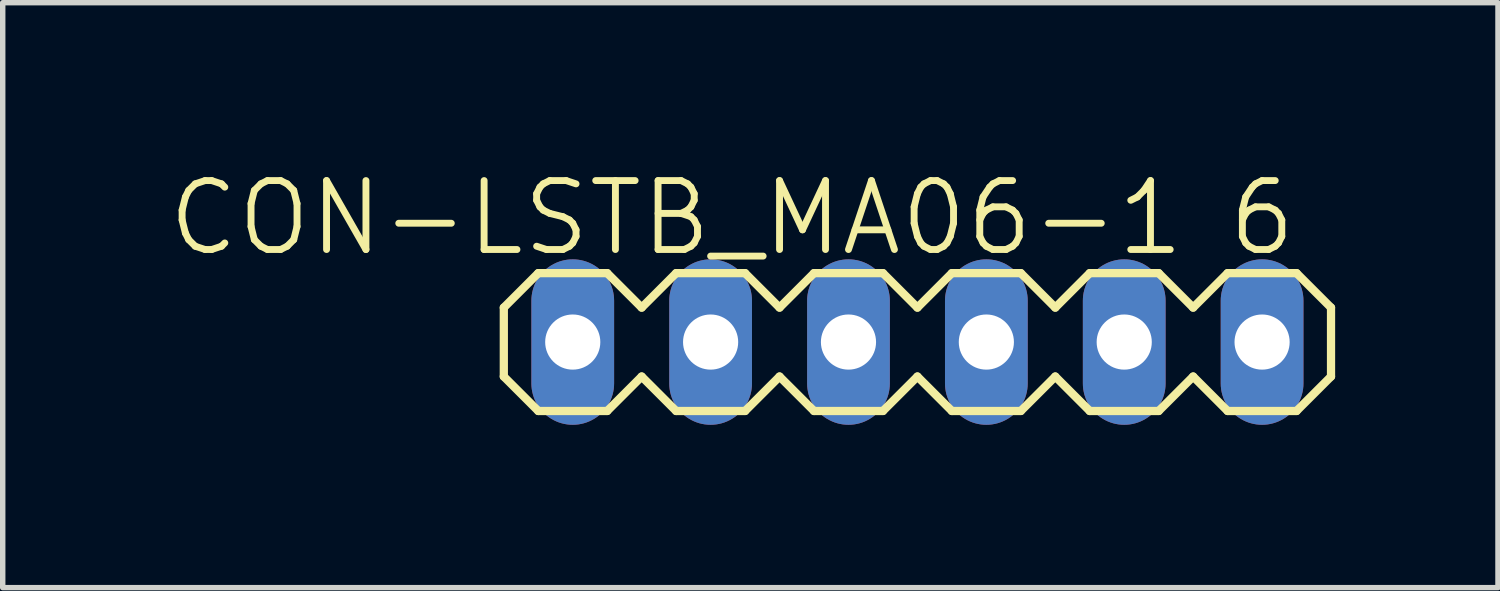
<source format=kicad_pcb>
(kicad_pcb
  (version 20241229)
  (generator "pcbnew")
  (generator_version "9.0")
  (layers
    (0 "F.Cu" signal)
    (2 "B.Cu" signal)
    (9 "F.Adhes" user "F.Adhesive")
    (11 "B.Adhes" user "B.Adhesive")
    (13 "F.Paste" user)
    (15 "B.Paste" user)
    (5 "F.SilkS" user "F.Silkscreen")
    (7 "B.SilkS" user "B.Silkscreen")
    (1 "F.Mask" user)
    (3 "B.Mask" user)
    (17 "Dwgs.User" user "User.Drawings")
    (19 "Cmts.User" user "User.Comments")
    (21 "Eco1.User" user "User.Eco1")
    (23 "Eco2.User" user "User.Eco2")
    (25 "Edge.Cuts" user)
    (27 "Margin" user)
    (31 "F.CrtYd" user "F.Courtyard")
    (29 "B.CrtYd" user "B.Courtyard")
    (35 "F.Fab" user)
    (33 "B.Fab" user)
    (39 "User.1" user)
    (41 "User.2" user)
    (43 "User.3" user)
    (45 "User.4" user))
  (footprint "CON-LSTB_MA06-1"
    (layer "F.Cu")
    (at 13.852 3.252)
    (property "Reference" "CON-LSTB_MA06-1" (at -4.445 -2.286 0) (layer "F.SilkS") (effects (font (size 1.27 1.27) (thickness 0.127))))
    (attr exclude_from_pos_files exclude_from_bom)
    (fp_line (start -7.62 -0.635) (end -7.62 0.635) (stroke (width 0.152) (type solid)) (layer "F.SilkS"))
    (fp_line (start -7.62 0.635) (end -6.985 1.27) (stroke (width 0.152) (type solid)) (layer "F.SilkS"))
    (fp_line (start -6.985 -1.27) (end -7.62 -0.635) (stroke (width 0.152) (type solid)) (layer "F.SilkS"))
    (fp_line (start -6.985 -1.27) (end -5.715 -1.27) (stroke (width 0.152) (type solid)) (layer "F.SilkS"))
    (fp_line (start -5.715 -1.27) (end -5.08 -0.635) (stroke (width 0.152) (type solid)) (layer "F.SilkS"))
    (fp_line (start -5.715 1.27) (end -6.985 1.27) (stroke (width 0.152) (type solid)) (layer "F.SilkS"))
    (fp_line (start -5.08 -0.635) (end -4.445 -1.27) (stroke (width 0.152) (type solid)) (layer "F.SilkS"))
    (fp_line (start -5.08 0.635) (end -5.715 1.27) (stroke (width 0.152) (type solid)) (layer "F.SilkS"))
    (fp_line (start -4.445 -1.27) (end -3.175 -1.27) (stroke (width 0.152) (type solid)) (layer "F.SilkS"))
    (fp_line (start -4.445 1.27) (end -5.08 0.635) (stroke (width 0.152) (type solid)) (layer "F.SilkS"))
    (fp_line (start -3.175 -1.27) (end -2.54 -0.635) (stroke (width 0.152) (type solid)) (layer "F.SilkS"))
    (fp_line (start -3.175 1.27) (end -4.445 1.27) (stroke (width 0.152) (type solid)) (layer "F.SilkS"))
    (fp_line (start -2.54 -0.635) (end -1.905 -1.27) (stroke (width 0.152) (type solid)) (layer "F.SilkS"))
    (fp_line (start -2.54 0.635) (end -3.175 1.27) (stroke (width 0.152) (type solid)) (layer "F.SilkS"))
    (fp_line (start -1.905 -1.27) (end -0.635 -1.27) (stroke (width 0.152) (type solid)) (layer "F.SilkS"))
    (fp_line (start -1.905 1.27) (end -2.54 0.635) (stroke (width 0.152) (type solid)) (layer "F.SilkS"))
    (fp_line (start -0.635 -1.27) (end 0 -0.635) (stroke (width 0.152) (type solid)) (layer "F.SilkS"))
    (fp_line (start -0.635 1.27) (end -1.905 1.27) (stroke (width 0.152) (type solid)) (layer "F.SilkS"))
    (fp_line (start 0 0.635) (end -0.635 1.27) (stroke (width 0.152) (type solid)) (layer "F.SilkS"))
    (fp_line (start 0 0.635) (end 0.635 1.27) (stroke (width 0.152) (type solid)) (layer "F.SilkS"))
    (fp_line (start 0.635 -1.27) (end 0 -0.635) (stroke (width 0.152) (type solid)) (layer "F.SilkS"))
    (fp_line (start 0.635 -1.27) (end 1.905 -1.27) (stroke (width 0.152) (type solid)) (layer "F.SilkS"))
    (fp_line (start 1.905 -1.27) (end 2.54 -0.635) (stroke (width 0.152) (type solid)) (layer "F.SilkS"))
    (fp_line (start 1.905 1.27) (end 0.635 1.27) (stroke (width 0.152) (type solid)) (layer "F.SilkS"))
    (fp_line (start 2.54 -0.635) (end 3.175 -1.27) (stroke (width 0.152) (type solid)) (layer "F.SilkS"))
    (fp_line (start 2.54 0.635) (end 1.905 1.27) (stroke (width 0.152) (type solid)) (layer "F.SilkS"))
    (fp_line (start 3.175 -1.27) (end 4.445 -1.27) (stroke (width 0.152) (type solid)) (layer "F.SilkS"))
    (fp_line (start 3.175 1.27) (end 2.54 0.635) (stroke (width 0.152) (type solid)) (layer "F.SilkS"))
    (fp_line (start 4.445 -1.27) (end 5.08 -0.635) (stroke (width 0.152) (type solid)) (layer "F.SilkS"))
    (fp_line (start 4.445 1.27) (end 3.175 1.27) (stroke (width 0.152) (type solid)) (layer "F.SilkS"))
    (fp_line (start 5.08 -0.635) (end 5.715 -1.27) (stroke (width 0.152) (type solid)) (layer "F.SilkS"))
    (fp_line (start 5.08 0.635) (end 4.445 1.27) (stroke (width 0.152) (type solid)) (layer "F.SilkS"))
    (fp_line (start 5.715 -1.27) (end 6.985 -1.27) (stroke (width 0.152) (type solid)) (layer "F.SilkS"))
    (fp_line (start 5.715 1.27) (end 5.08 0.635) (stroke (width 0.152) (type solid)) (layer "F.SilkS"))
    (fp_line (start 6.985 -1.27) (end 7.62 -0.635) (stroke (width 0.152) (type solid)) (layer "F.SilkS"))
    (fp_line (start 6.985 1.27) (end 5.715 1.27) (stroke (width 0.152) (type solid)) (layer "F.SilkS"))
    (fp_line (start 7.62 -0.635) (end 7.62 0.635) (stroke (width 0.152) (type solid)) (layer "F.SilkS"))
    (fp_line (start 7.62 0.635) (end 6.985 1.27) (stroke (width 0.152) (type solid)) (layer "F.SilkS"))
    (fp_line (start -6.604 -0.254) (end -6.096 -0.254) (stroke (width 0.066) (type solid)) (layer "Dwgs.User"))
    (fp_line (start -6.604 0.254) (end -6.604 -0.254) (stroke (width 0.066) (type solid)) (layer "Dwgs.User"))
    (fp_line (start -6.604 0.254) (end -6.096 0.254) (stroke (width 0.066) (type solid)) (layer "Dwgs.User"))
    (fp_line (start -6.096 0.254) (end -6.096 -0.254) (stroke (width 0.066) (type solid)) (layer "Dwgs.User"))
    (fp_line (start -4.064 -0.254) (end -3.556 -0.254) (stroke (width 0.066) (type solid)) (layer "Dwgs.User"))
    (fp_line (start -4.064 0.254) (end -4.064 -0.254) (stroke (width 0.066) (type solid)) (layer "Dwgs.User"))
    (fp_line (start -4.064 0.254) (end -3.556 0.254) (stroke (width 0.066) (type solid)) (layer "Dwgs.User"))
    (fp_line (start -3.556 0.254) (end -3.556 -0.254) (stroke (width 0.066) (type solid)) (layer "Dwgs.User"))
    (fp_line (start -1.524 -0.254) (end -1.016 -0.254) (stroke (width 0.066) (type solid)) (layer "Dwgs.User"))
    (fp_line (start -1.524 0.254) (end -1.524 -0.254) (stroke (width 0.066) (type solid)) (layer "Dwgs.User"))
    (fp_line (start -1.524 0.254) (end -1.016 0.254) (stroke (width 0.066) (type solid)) (layer "Dwgs.User"))
    (fp_line (start -1.016 0.254) (end -1.016 -0.254) (stroke (width 0.066) (type solid)) (layer "Dwgs.User"))
    (fp_line (start 1.016 -0.254) (end 1.524 -0.254) (stroke (width 0.066) (type solid)) (layer "Dwgs.User"))
    (fp_line (start 1.016 0.254) (end 1.016 -0.254) (stroke (width 0.066) (type solid)) (layer "Dwgs.User"))
    (fp_line (start 1.016 0.254) (end 1.524 0.254) (stroke (width 0.066) (type solid)) (layer "Dwgs.User"))
    (fp_line (start 1.524 0.254) (end 1.524 -0.254) (stroke (width 0.066) (type solid)) (layer "Dwgs.User"))
    (fp_line (start 3.556 -0.254) (end 4.064 -0.254) (stroke (width 0.066) (type solid)) (layer "Dwgs.User"))
    (fp_line (start 3.556 0.254) (end 3.556 -0.254) (stroke (width 0.066) (type solid)) (layer "Dwgs.User"))
    (fp_line (start 3.556 0.254) (end 4.064 0.254) (stroke (width 0.066) (type solid)) (layer "Dwgs.User"))
    (fp_line (start 4.064 0.254) (end 4.064 -0.254) (stroke (width 0.066) (type solid)) (layer "Dwgs.User"))
    (fp_line (start 6.096 -0.254) (end 6.604 -0.254) (stroke (width 0.066) (type solid)) (layer "Dwgs.User"))
    (fp_line (start 6.096 0.254) (end 6.096 -0.254) (stroke (width 0.066) (type solid)) (layer "Dwgs.User"))
    (fp_line (start 6.096 0.254) (end 6.604 0.254) (stroke (width 0.066) (type solid)) (layer "Dwgs.User"))
    (fp_line (start 6.604 0.254) (end 6.604 -0.254) (stroke (width 0.066) (type solid)) (layer "Dwgs.User"))
    (fp_text user "6" (at 6.35 -2.286 0) (layer "F.SilkS") (effects (font (size 1.27 1.27) (thickness 0.127))))
    (pad "1" thru_hole oval (at -6.35 0 180) (size 1.524 3.048) (drill 1.016) (layers "*.Cu" "*.Paste" "*.Mask"))
    (pad "2" thru_hole oval (at -3.81 0 180) (size 1.524 3.048) (drill 1.016) (layers "*.Cu" "*.Paste" "*.Mask"))
    (pad "3" thru_hole oval (at -1.27 0 180) (size 1.524 3.048) (drill 1.016) (layers "*.Cu" "*.Paste" "*.Mask"))
    (pad "4" thru_hole oval (at 1.27 0 180) (size 1.524 3.048) (drill 1.016) (layers "*.Cu" "*.Paste" "*.Mask"))
    (pad "5" thru_hole oval (at 3.81 0 180) (size 1.524 3.048) (drill 1.016) (layers "*.Cu" "*.Paste" "*.Mask"))
    (pad "6" thru_hole oval (at 6.35 0 180) (size 1.524 3.048) (drill 1.016) (layers "*.Cu" "*.Paste" "*.Mask")))
  (gr_rect
    (start -3 -3)
    (end 24.548 7.776)
    (stroke (width 0.1) (type default))
    (fill no)
    (layer "Edge.Cuts")))
</source>
